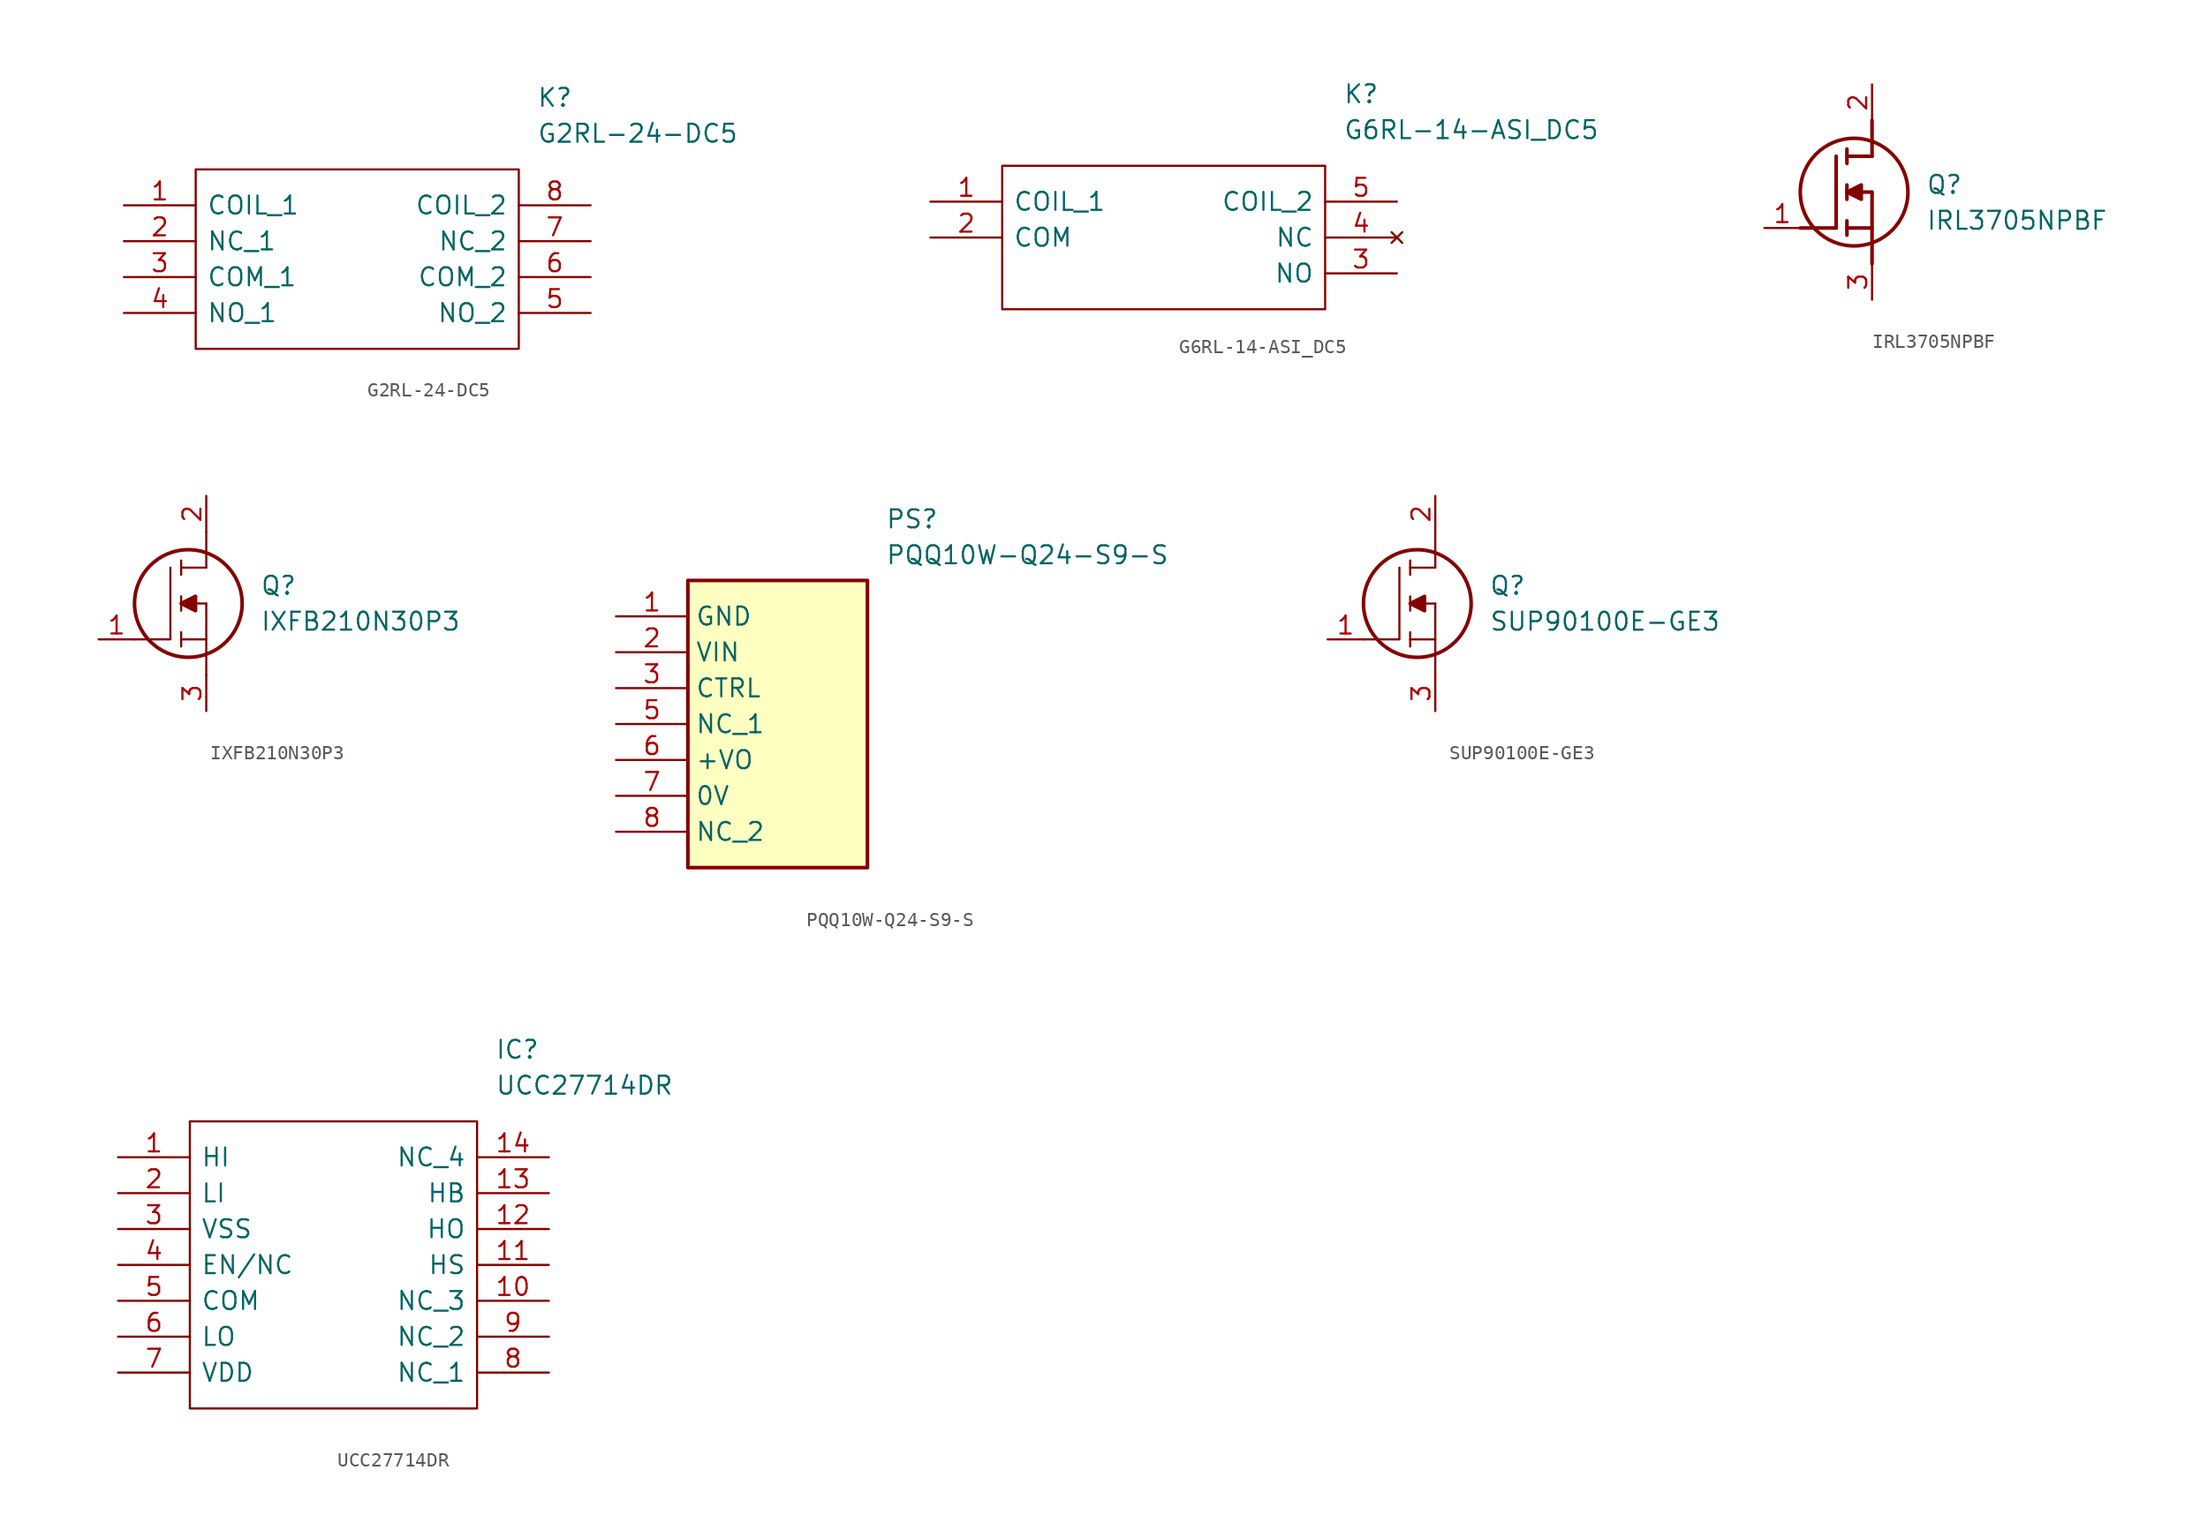
<source format=kicad_sym>
(kicad_symbol_lib
  (version 20211014)
  (generator kicad_symbol_editor)
  (symbol "G2RL-24-DC5"
    (pin_names
      (offset 0.762))
    (property "Reference" "K"
      (at 29.21 7.62 0)
      (effects (font (size 1.27 1.27)) (justify left)))
    (property "Value" "G2RL-24-DC5"
      (at 29.21 5.08 0)
      (effects (font (size 1.27 1.27)) (justify left)))
    (symbol "G2RL-24-DC5_0_0"
      (pin passive line (at 0 0 0) (length 5.08) (name "COIL_1" (effects (font (size 1.27 1.27)))) (number "1" (effects (font (size 1.27 1.27)))))
      (pin passive line (at 0 -2.54 0) (length 5.08) (name "NC_1" (effects (font (size 1.27 1.27)))) (number "2" (effects (font (size 1.27 1.27)))))
      (pin passive line (at 0 -5.08 0) (length 5.08) (name "COM_1" (effects (font (size 1.27 1.27)))) (number "3" (effects (font (size 1.27 1.27)))))
      (pin passive line (at 0 -7.62 0) (length 5.08) (name "NO_1" (effects (font (size 1.27 1.27)))) (number "4" (effects (font (size 1.27 1.27)))))
      (pin passive line (at 33.02 -7.62 180) (length 5.08) (name "NO_2" (effects (font (size 1.27 1.27)))) (number "5" (effects (font (size 1.27 1.27)))))
      (pin passive line (at 33.02 -5.08 180) (length 5.08) (name "COM_2" (effects (font (size 1.27 1.27)))) (number "6" (effects (font (size 1.27 1.27)))))
      (pin passive line (at 33.02 -2.54 180) (length 5.08) (name "NC_2" (effects (font (size 1.27 1.27)))) (number "7" (effects (font (size 1.27 1.27)))))
      (pin passive line (at 33.02 0 180) (length 5.08) (name "COIL_2" (effects (font (size 1.27 1.27)))) (number "8" (effects (font (size 1.27 1.27))))))
    (symbol "G2RL-24-DC5_0_1"
      (polyline (pts (xy 5.08 2.54) (xy 27.94 2.54) (xy 27.94 -10.16) (xy 5.08 -10.16) (xy 5.08 2.54)) (stroke (width 0.152) (type default) (color 0 0 0 0)) (fill (type none)))))
  (symbol "G6RL-14-ASI_DC5"
    (pin_names
      (offset 0.762))
    (property "Reference" "K"
      (at 29.21 7.62 0)
      (effects (font (size 1.27 1.27)) (justify left)))
    (property "Value" "G6RL-14-ASI_DC5"
      (at 29.21 5.08 0)
      (effects (font (size 1.27 1.27)) (justify left)))
    (symbol "G6RL-14-ASI_DC5_0_0"
      (pin passive line (at 0 0 0) (length 5.08) (name "COIL_1" (effects (font (size 1.27 1.27)))) (number "1" (effects (font (size 1.27 1.27)))))
      (pin passive line (at 0 -2.54 0) (length 5.08) (name "COM" (effects (font (size 1.27 1.27)))) (number "2" (effects (font (size 1.27 1.27)))))
      (pin passive line (at 33.02 -5.08 180) (length 5.08) (name "NO" (effects (font (size 1.27 1.27)))) (number "3" (effects (font (size 1.27 1.27)))))
      (pin no_connect line (at 33.02 -2.54 180) (length 5.08) (name "NC" (effects (font (size 1.27 1.27)))) (number "4" (effects (font (size 1.27 1.27)))))
      (pin passive line (at 33.02 0 180) (length 5.08) (name "COIL_2" (effects (font (size 1.27 1.27)))) (number "5" (effects (font (size 1.27 1.27))))))
    (symbol "G6RL-14-ASI_DC5_0_1"
      (polyline (pts (xy 5.08 2.54) (xy 27.94 2.54) (xy 27.94 -7.62) (xy 5.08 -7.62) (xy 5.08 2.54)) (stroke (width 0.152) (type default) (color 0 0 0 0)) (fill (type none)))))
  (symbol "IRL3705NPBF"
    (pin_names hide)
    (property "Reference" "Q"
      (at 11.43 3.81 0)
      (effects (font (size 1.27 1.27)) (justify left top)))
    (property "Value" "IRL3705NPBF"
      (at 11.43 1.27 0)
      (effects (font (size 1.27 1.27)) (justify left top)))
    (polyline
      (pts (xy 7.62 2.54) (xy 7.62 -2.54))
      (stroke (width 0.254) (type default))
      (fill (type none)))
    (polyline
      (pts (xy 7.62 5.08) (xy 7.62 7.62))
      (stroke (width 0.254) (type default))
      (fill (type none)))
    (polyline
      (pts (xy 2.54 0) (xy 5.08 0))
      (stroke (width 0.254) (type default))
      (fill (type none)))
    (polyline
      (pts (xy 5.08 5.08) (xy 5.08 0))
      (stroke (width 0.254) (type default))
      (fill (type none)))
    (polyline
      (pts (xy 7.62 2.54) (xy 5.842 2.54))
      (stroke (width 0.254) (type default))
      (fill (type none)))
    (polyline
      (pts (xy 7.62 5.08) (xy 5.842 5.08))
      (stroke (width 0.254) (type default))
      (fill (type none)))
    (polyline
      (pts (xy 5.842 0) (xy 7.62 0))
      (stroke (width 0.254) (type default))
      (fill (type none)))
    (polyline
      (pts (xy 5.842 5.588) (xy 5.842 4.572))
      (stroke (width 0.254) (type default))
      (fill (type none)))
    (polyline
      (pts (xy 5.842 -0.508) (xy 5.842 0.508))
      (stroke (width 0.254) (type default))
      (fill (type none)))
    (polyline
      (pts (xy 5.842 2.032) (xy 5.842 3.048))
      (stroke (width 0.254) (type default))
      (fill (type none)))
    (circle
      (center 6.35 2.54)
      (radius 3.81)
      (stroke (width 0.254) (type default))
      (fill (type none)))
    (polyline
      (pts (xy 5.842 2.54) (xy 6.858 3.048) (xy 6.858 2.032) (xy 5.842 2.54))
      (stroke (width 0.254) (type default))
      (fill (type outline)))
    (pin passive line
      (at 0 0 0)
      (length 2.54)
      (name "G" (effects (font (size 1.27 1.27))))
      (number "1" (effects (font (size 1.27 1.27)))))
    (pin passive line
      (at 7.62 10.16 270)
      (length 2.54)
      (name "D" (effects (font (size 1.27 1.27))))
      (number "2" (effects (font (size 1.27 1.27)))))
    (pin passive line
      (at 7.62 -5.08 90)
      (length 2.54)
      (name "S" (effects (font (size 1.27 1.27))))
      (number "3" (effects (font (size 1.27 1.27))))))
  (symbol "IXFB210N30P3"
    (pin_names
      (offset 0.762))
    (property "Reference" "Q"
      (at 11.43 3.81 0)
      (effects (font (size 1.27 1.27)) (justify left)))
    (property "Value" "IXFB210N30P3"
      (at 11.43 1.27 0)
      (effects (font (size 1.27 1.27)) (justify left)))
    (symbol "IXFB210N30P3_0_0"
      (pin passive line (at 0 0 0) (length 2.54) (name "~" (effects (font (size 1.27 1.27)))) (number "1" (effects (font (size 1.27 1.27)))))
      (pin passive line (at 7.62 10.16 270) (length 2.54) (name "~" (effects (font (size 1.27 1.27)))) (number "2" (effects (font (size 1.27 1.27)))))
      (pin passive line (at 7.62 -5.08 90) (length 2.54) (name "~" (effects (font (size 1.27 1.27)))) (number "3" (effects (font (size 1.27 1.27))))))
    (symbol "IXFB210N30P3_0_1"
      (polyline (pts (xy 5.842 -0.508) (xy 5.842 0.508)) (stroke (width 0.152) (type default) (color 0 0 0 0)) (fill (type none)))
      (polyline (pts (xy 5.842 0) (xy 7.62 0)) (stroke (width 0.152) (type default) (color 0 0 0 0)) (fill (type none)))
      (polyline (pts (xy 5.842 2.032) (xy 5.842 3.048)) (stroke (width 0.152) (type default) (color 0 0 0 0)) (fill (type none)))
      (polyline (pts (xy 5.842 5.588) (xy 5.842 4.572)) (stroke (width 0.152) (type default) (color 0 0 0 0)) (fill (type none)))
      (polyline (pts (xy 7.62 2.54) (xy 5.842 2.54)) (stroke (width 0.152) (type default) (color 0 0 0 0)) (fill (type none)))
      (polyline (pts (xy 7.62 2.54) (xy 7.62 -2.54)) (stroke (width 0.152) (type default) (color 0 0 0 0)) (fill (type none)))
      (polyline (pts (xy 7.62 5.08) (xy 5.842 5.08)) (stroke (width 0.152) (type default) (color 0 0 0 0)) (fill (type none)))
      (polyline (pts (xy 7.62 5.08) (xy 7.62 7.62)) (stroke (width 0.152) (type default) (color 0 0 0 0)) (fill (type none)))
      (polyline (pts (xy 2.54 0) (xy 5.08 0) (xy 5.08 5.08)) (stroke (width 0.152) (type default) (color 0 0 0 0)) (fill (type none)))
      (polyline (pts (xy 5.842 2.54) (xy 6.858 3.048) (xy 6.858 2.032) (xy 5.842 2.54)) (stroke (width 0.254) (type default) (color 0 0 0 0)) (fill (type outline)))
      (circle (center 6.35 2.54) (radius 3.81) (stroke (width 0.254) (type default) (color 0 0 0 0)) (fill (type none)))))
  (symbol "PQQ10W-Q24-S9-S"
    (property "Reference" "PS"
      (at 19.05 7.62 0)
      (effects (font (size 1.27 1.27)) (justify left top)))
    (property "Value" "PQQ10W-Q24-S9-S"
      (at 19.05 5.08 0)
      (effects (font (size 1.27 1.27)) (justify left top)))
    (rectangle
      (start 5.08 2.54)
      (end 17.78 -17.78)
      (stroke (width 0.254) (type default))
      (fill (type background)))
    (pin passive line
      (at 0 0 0)
      (length 5.08)
      (name "GND" (effects (font (size 1.27 1.27))))
      (number "1" (effects (font (size 1.27 1.27)))))
    (pin passive line
      (at 0 -2.54 0)
      (length 5.08)
      (name "VIN" (effects (font (size 1.27 1.27))))
      (number "2" (effects (font (size 1.27 1.27)))))
    (pin passive line
      (at 0 -5.08 0)
      (length 5.08)
      (name "CTRL" (effects (font (size 1.27 1.27))))
      (number "3" (effects (font (size 1.27 1.27)))))
    (pin passive line
      (at 0 -7.62 0)
      (length 5.08)
      (name "NC_1" (effects (font (size 1.27 1.27))))
      (number "5" (effects (font (size 1.27 1.27)))))
    (pin passive line
      (at 0 -10.16 0)
      (length 5.08)
      (name "+VO" (effects (font (size 1.27 1.27))))
      (number "6" (effects (font (size 1.27 1.27)))))
    (pin passive line
      (at 0 -12.7 0)
      (length 5.08)
      (name "0V" (effects (font (size 1.27 1.27))))
      (number "7" (effects (font (size 1.27 1.27)))))
    (pin passive line
      (at 0 -15.24 0)
      (length 5.08)
      (name "NC_2" (effects (font (size 1.27 1.27))))
      (number "8" (effects (font (size 1.27 1.27))))))
  (symbol "SUP90100E-GE3"
    (pin_names
      (offset 0.762))
    (property "Reference" "Q"
      (at 11.43 3.81 0)
      (effects (font (size 1.27 1.27)) (justify left)))
    (property "Value" "SUP90100E-GE3"
      (at 11.43 1.27 0)
      (effects (font (size 1.27 1.27)) (justify left)))
    (symbol "SUP90100E-GE3_0_0"
      (pin input line (at 0 0 0) (length 2.54) (name "~" (effects (font (size 1.27 1.27)))) (number "1" (effects (font (size 1.27 1.27)))))
      (pin power_in line (at 7.62 10.16 270) (length 2.54) (name "~" (effects (font (size 1.27 1.27)))) (number "2" (effects (font (size 1.27 1.27)))))
      (pin power_in line (at 7.62 -5.08 90) (length 2.54) (name "~" (effects (font (size 1.27 1.27)))) (number "3" (effects (font (size 1.27 1.27))))))
    (symbol "SUP90100E-GE3_0_1"
      (polyline (pts (xy 5.842 -0.508) (xy 5.842 0.508)) (stroke (width 0.152) (type default) (color 0 0 0 0)) (fill (type none)))
      (polyline (pts (xy 5.842 0) (xy 7.62 0)) (stroke (width 0.152) (type default) (color 0 0 0 0)) (fill (type none)))
      (polyline (pts (xy 5.842 2.032) (xy 5.842 3.048)) (stroke (width 0.152) (type default) (color 0 0 0 0)) (fill (type none)))
      (polyline (pts (xy 5.842 5.588) (xy 5.842 4.572)) (stroke (width 0.152) (type default) (color 0 0 0 0)) (fill (type none)))
      (polyline (pts (xy 7.62 2.54) (xy 5.842 2.54)) (stroke (width 0.152) (type default) (color 0 0 0 0)) (fill (type none)))
      (polyline (pts (xy 7.62 2.54) (xy 7.62 -2.54)) (stroke (width 0.152) (type default) (color 0 0 0 0)) (fill (type none)))
      (polyline (pts (xy 7.62 5.08) (xy 5.842 5.08)) (stroke (width 0.152) (type default) (color 0 0 0 0)) (fill (type none)))
      (polyline (pts (xy 7.62 5.08) (xy 7.62 7.62)) (stroke (width 0.152) (type default) (color 0 0 0 0)) (fill (type none)))
      (polyline (pts (xy 2.54 0) (xy 5.08 0) (xy 5.08 5.08)) (stroke (width 0.152) (type default) (color 0 0 0 0)) (fill (type none)))
      (polyline (pts (xy 5.842 2.54) (xy 6.858 3.048) (xy 6.858 2.032) (xy 5.842 2.54)) (stroke (width 0.254) (type default) (color 0 0 0 0)) (fill (type outline)))
      (circle (center 6.35 2.54) (radius 3.81) (stroke (width 0.254) (type default) (color 0 0 0 0)) (fill (type none)))))
  (symbol "UCC27714DR"
    (pin_names
      (offset 0.762))
    (property "Reference" "IC"
      (at 26.67 7.62 0)
      (effects (font (size 1.27 1.27)) (justify left)))
    (property "Value" "UCC27714DR"
      (at 26.67 5.08 0)
      (effects (font (size 1.27 1.27)) (justify left)))
    (symbol "UCC27714DR_0_0"
      (pin passive line (at 0 0 0) (length 5.08) (name "HI" (effects (font (size 1.27 1.27)))) (number "1" (effects (font (size 1.27 1.27)))))
      (pin passive line (at 30.48 -10.16 180) (length 5.08) (name "NC_3" (effects (font (size 1.27 1.27)))) (number "10" (effects (font (size 1.27 1.27)))))
      (pin passive line (at 30.48 -7.62 180) (length 5.08) (name "HS" (effects (font (size 1.27 1.27)))) (number "11" (effects (font (size 1.27 1.27)))))
      (pin passive line (at 30.48 -5.08 180) (length 5.08) (name "HO" (effects (font (size 1.27 1.27)))) (number "12" (effects (font (size 1.27 1.27)))))
      (pin passive line (at 30.48 -2.54 180) (length 5.08) (name "HB" (effects (font (size 1.27 1.27)))) (number "13" (effects (font (size 1.27 1.27)))))
      (pin passive line (at 30.48 0 180) (length 5.08) (name "NC_4" (effects (font (size 1.27 1.27)))) (number "14" (effects (font (size 1.27 1.27)))))
      (pin passive line (at 0 -2.54 0) (length 5.08) (name "LI" (effects (font (size 1.27 1.27)))) (number "2" (effects (font (size 1.27 1.27)))))
      (pin passive line (at 0 -5.08 0) (length 5.08) (name "VSS" (effects (font (size 1.27 1.27)))) (number "3" (effects (font (size 1.27 1.27)))))
      (pin passive line (at 0 -7.62 0) (length 5.08) (name "EN/NC" (effects (font (size 1.27 1.27)))) (number "4" (effects (font (size 1.27 1.27)))))
      (pin passive line (at 0 -10.16 0) (length 5.08) (name "COM" (effects (font (size 1.27 1.27)))) (number "5" (effects (font (size 1.27 1.27)))))
      (pin passive line (at 0 -12.7 0) (length 5.08) (name "LO" (effects (font (size 1.27 1.27)))) (number "6" (effects (font (size 1.27 1.27)))))
      (pin passive line (at 0 -15.24 0) (length 5.08) (name "VDD" (effects (font (size 1.27 1.27)))) (number "7" (effects (font (size 1.27 1.27)))))
      (pin passive line (at 30.48 -15.24 180) (length 5.08) (name "NC_1" (effects (font (size 1.27 1.27)))) (number "8" (effects (font (size 1.27 1.27)))))
      (pin passive line (at 30.48 -12.7 180) (length 5.08) (name "NC_2" (effects (font (size 1.27 1.27)))) (number "9" (effects (font (size 1.27 1.27))))))
    (symbol "UCC27714DR_0_1"
      (polyline (pts (xy 5.08 2.54) (xy 25.4 2.54) (xy 25.4 -17.78) (xy 5.08 -17.78) (xy 5.08 2.54)) (stroke (width 0.152) (type default) (color 0 0 0 0)) (fill (type none))))))
</source>
